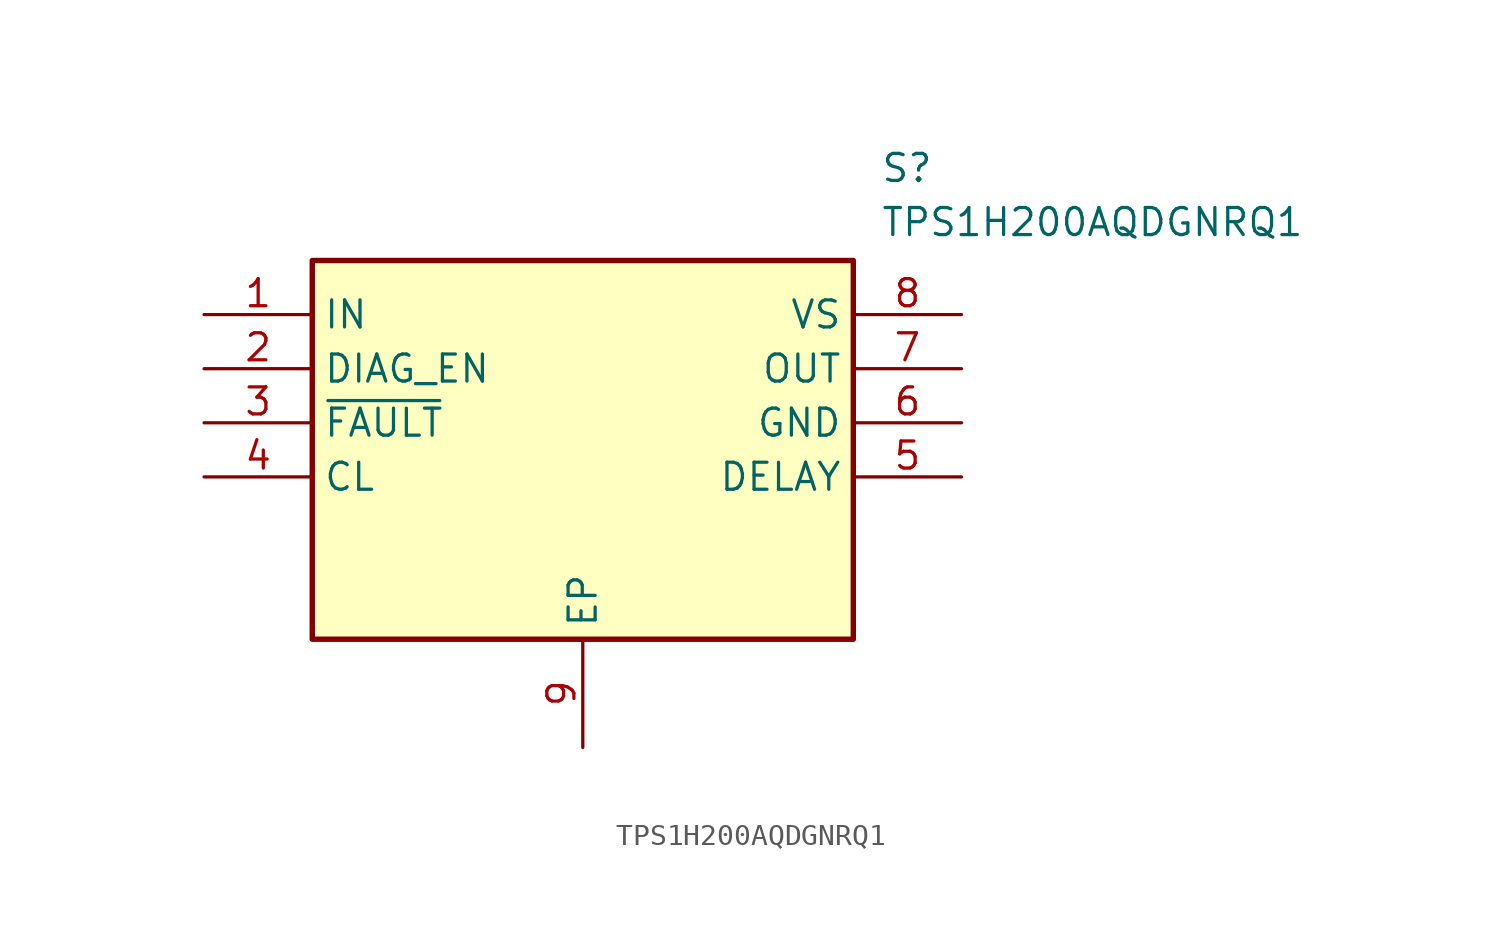
<source format=kicad_sym>
(kicad_symbol_lib
  (version 20211014)
  (generator SamacSys_ECAD_Model)
  (symbol "TPS1H200AQDGNRQ1"
    (property "Reference" "S"
      (at 31.75 7.62 0)
      (effects (font (size 1.27 1.27)) (justify left top)))
    (property "Value" "TPS1H200AQDGNRQ1"
      (at 31.75 5.08 0)
      (effects (font (size 1.27 1.27)) (justify left top)))
    (rectangle
      (start 5.08 2.54)
      (end 30.48 -15.24)
      (stroke (width 0.254) (type default))
      (fill (type background)))
    (pin passive line
      (at 0 0 0)
      (length 5.08)
      (name "IN" (effects (font (size 1.27 1.27))))
      (number "1" (effects (font (size 1.27 1.27)))))
    (pin passive line
      (at 0 -2.54 0)
      (length 5.08)
      (name "DIAG_EN" (effects (font (size 1.27 1.27))))
      (number "2" (effects (font (size 1.27 1.27)))))
    (pin passive line
      (at 0 -5.08 0)
      (length 5.08)
      (name "~{FAULT}" (effects (font (size 1.27 1.27))))
      (number "3" (effects (font (size 1.27 1.27)))))
    (pin passive line
      (at 0 -7.62 0)
      (length 5.08)
      (name "CL" (effects (font (size 1.27 1.27))))
      (number "4" (effects (font (size 1.27 1.27)))))
    (pin passive line
      (at 17.78 -20.32 90)
      (length 5.08)
      (name "EP" (effects (font (size 1.27 1.27))))
      (number "9" (effects (font (size 1.27 1.27)))))
    (pin passive line
      (at 35.56 0 180)
      (length 5.08)
      (name "VS" (effects (font (size 1.27 1.27))))
      (number "8" (effects (font (size 1.27 1.27)))))
    (pin passive line
      (at 35.56 -2.54 180)
      (length 5.08)
      (name "OUT" (effects (font (size 1.27 1.27))))
      (number "7" (effects (font (size 1.27 1.27)))))
    (pin passive line
      (at 35.56 -5.08 180)
      (length 5.08)
      (name "GND" (effects (font (size 1.27 1.27))))
      (number "6" (effects (font (size 1.27 1.27)))))
    (pin passive line
      (at 35.56 -7.62 180)
      (length 5.08)
      (name "DELAY" (effects (font (size 1.27 1.27))))
      (number "5" (effects (font (size 1.27 1.27)))))))
</source>
